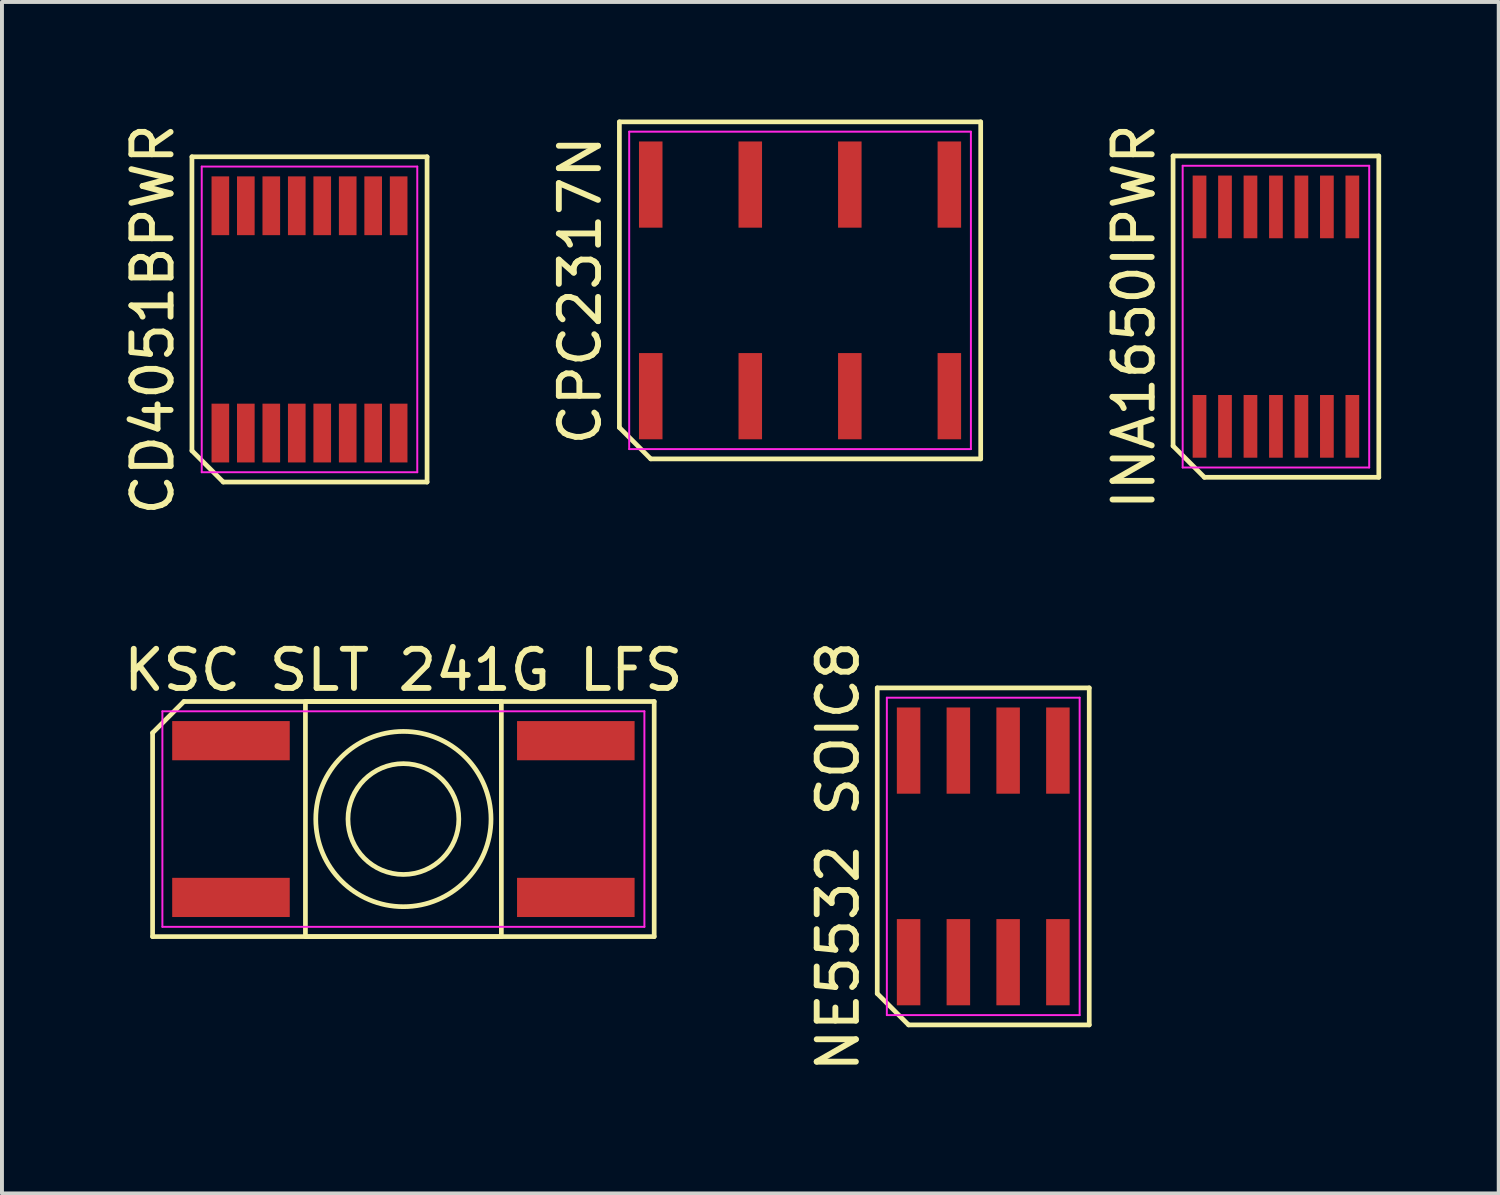
<source format=kicad_pcb>
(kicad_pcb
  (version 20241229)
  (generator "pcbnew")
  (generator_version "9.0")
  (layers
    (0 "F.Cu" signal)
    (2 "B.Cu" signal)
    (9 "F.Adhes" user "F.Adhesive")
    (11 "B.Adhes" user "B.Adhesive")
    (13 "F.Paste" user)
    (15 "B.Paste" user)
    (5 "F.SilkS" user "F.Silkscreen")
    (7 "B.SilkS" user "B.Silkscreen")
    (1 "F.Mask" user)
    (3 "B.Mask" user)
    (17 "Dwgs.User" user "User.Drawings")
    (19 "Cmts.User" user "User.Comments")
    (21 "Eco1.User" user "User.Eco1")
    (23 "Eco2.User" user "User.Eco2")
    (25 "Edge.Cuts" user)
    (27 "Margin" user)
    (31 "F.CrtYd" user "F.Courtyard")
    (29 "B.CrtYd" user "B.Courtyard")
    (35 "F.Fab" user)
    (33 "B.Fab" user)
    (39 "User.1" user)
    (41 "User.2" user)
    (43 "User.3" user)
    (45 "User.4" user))
  (footprint "INA1650IPWR"
    (layer "F.Cu")
    (at 29.51 5.03)
    (property "Reference" "INA1650IPWR" (at -3.625 0 90) (layer "F.SilkS") (effects (font (size 1 1) (thickness 0.15))))
    (attr smd)
    (fp_line (start -2.625 -4.1) (end 2.625 -4.1) (stroke (width 0.12) (type solid)) (layer "F.SilkS"))
    (fp_line (start -2.625 3.3) (end -2.625 -4.1) (stroke (width 0.12) (type solid)) (layer "F.SilkS"))
    (fp_line (start -1.825 4.1) (end -2.625 3.3) (stroke (width 0.12) (type solid)) (layer "F.SilkS"))
    (fp_line (start 2.625 -4.1) (end 2.625 4.1) (stroke (width 0.12) (type solid)) (layer "F.SilkS"))
    (fp_line (start 2.625 4.1) (end -1.825 4.1) (stroke (width 0.12) (type solid)) (layer "F.SilkS"))
    (fp_line (start -2.38 -3.85) (end 2.38 -3.85) (stroke (width 0.05) (type solid)) (layer "F.CrtYd"))
    (fp_line (start -2.38 3.85) (end -2.38 -3.85) (stroke (width 0.05) (type solid)) (layer "F.CrtYd"))
    (fp_line (start 2.38 -3.85) (end 2.38 3.85) (stroke (width 0.05) (type solid)) (layer "F.CrtYd"))
    (fp_line (start 2.38 3.85) (end -2.38 3.85) (stroke (width 0.05) (type solid)) (layer "F.CrtYd"))
    (pad "1" smd rect (at -1.95 2.8) (size 0.35 1.6) (layers "F.Cu" "F.Mask" "F.Paste"))
    (pad "2" smd rect (at -1.3 2.8) (size 0.35 1.6) (layers "F.Cu" "F.Mask" "F.Paste"))
    (pad "3" smd rect (at -0.65 2.8) (size 0.35 1.6) (layers "F.Cu" "F.Mask" "F.Paste"))
    (pad "4" smd rect (at 0 2.8) (size 0.35 1.6) (layers "F.Cu" "F.Mask" "F.Paste"))
    (pad "5" smd rect (at 0.65 2.8) (size 0.35 1.6) (layers "F.Cu" "F.Mask" "F.Paste"))
    (pad "6" smd rect (at 1.3 2.8) (size 0.35 1.6) (layers "F.Cu" "F.Mask" "F.Paste"))
    (pad "7" smd rect (at 1.95 2.8) (size 0.35 1.6) (layers "F.Cu" "F.Mask" "F.Paste"))
    (pad "8" smd rect (at 1.95 -2.8) (size 0.35 1.6) (layers "F.Cu" "F.Mask" "F.Paste"))
    (pad "9" smd rect (at 1.3 -2.8) (size 0.35 1.6) (layers "F.Cu" "F.Mask" "F.Paste"))
    (pad "10" smd rect (at 0.65 -2.8) (size 0.35 1.6) (layers "F.Cu" "F.Mask" "F.Paste"))
    (pad "11" smd rect (at 0 -2.8) (size 0.35 1.6) (layers "F.Cu" "F.Mask" "F.Paste"))
    (pad "12" smd rect (at -0.65 -2.8) (size 0.35 1.6) (layers "F.Cu" "F.Mask" "F.Paste"))
    (pad "13" smd rect (at -1.3 -2.8) (size 0.35 1.6) (layers "F.Cu" "F.Mask" "F.Paste"))
    (pad "14" smd rect (at -1.95 -2.8) (size 0.35 1.6) (layers "F.Cu" "F.Mask" "F.Paste")))
  (footprint "CPC2317N"
    (layer "F.Cu")
    (at 17.366 4.36)
    (property "Reference" "CPC2317N" (at -5.61 0 90) (layer "F.SilkS") (effects (font (size 1 1) (thickness 0.15))))
    (attr smd)
    (fp_line (start -4.61 -4.3) (end 4.61 -4.3) (stroke (width 0.12) (type solid)) (layer "F.SilkS"))
    (fp_line (start -4.61 3.5) (end -4.61 -4.3) (stroke (width 0.12) (type solid)) (layer "F.SilkS"))
    (fp_line (start -3.81 4.3) (end -4.61 3.5) (stroke (width 0.12) (type solid)) (layer "F.SilkS"))
    (fp_line (start 4.61 -4.3) (end 4.61 4.3) (stroke (width 0.12) (type solid)) (layer "F.SilkS"))
    (fp_line (start 4.61 4.3) (end -3.81 4.3) (stroke (width 0.12) (type solid)) (layer "F.SilkS"))
    (fp_line (start -4.36 -4.05) (end 4.36 -4.05) (stroke (width 0.05) (type solid)) (layer "F.CrtYd"))
    (fp_line (start -4.36 4.05) (end -4.36 -4.05) (stroke (width 0.05) (type solid)) (layer "F.CrtYd"))
    (fp_line (start 4.36 -4.05) (end 4.36 4.05) (stroke (width 0.05) (type solid)) (layer "F.CrtYd"))
    (fp_line (start 4.36 4.05) (end -4.36 4.05) (stroke (width 0.05) (type solid)) (layer "F.CrtYd"))
    (pad "1" smd rect (at -3.81 2.7) (size 0.6 2.2) (layers "F.Cu" "F.Mask" "F.Paste"))
    (pad "2" smd rect (at -1.27 2.7) (size 0.6 2.2) (layers "F.Cu" "F.Mask" "F.Paste"))
    (pad "3" smd rect (at 1.27 2.7) (size 0.6 2.2) (layers "F.Cu" "F.Mask" "F.Paste"))
    (pad "4" smd rect (at 3.81 2.7) (size 0.6 2.2) (layers "F.Cu" "F.Mask" "F.Paste"))
    (pad "5" smd rect (at 3.81 -2.7) (size 0.6 2.2) (layers "F.Cu" "F.Mask" "F.Paste"))
    (pad "6" smd rect (at 1.27 -2.7) (size 0.6 2.2) (layers "F.Cu" "F.Mask" "F.Paste"))
    (pad "7" smd rect (at -1.27 -2.7) (size 0.6 2.2) (layers "F.Cu" "F.Mask" "F.Paste"))
    (pad "8" smd rect (at -3.81 -2.7) (size 0.6 2.2) (layers "F.Cu" "F.Mask" "F.Paste")))
  (footprint "NE5532 SOIC8"
    (layer "F.Cu")
    (at 22.041 18.804)
    (property "Reference" "NE5532 SOIC8" (at -3.705 0 90) (layer "F.SilkS") (effects (font (size 1 1) (thickness 0.15))))
    (attr through_hole)
    (fp_line (start -2.705 -4.3) (end 2.705 -4.3) (stroke (width 0.12) (type solid)) (layer "F.SilkS"))
    (fp_line (start -2.705 3.5) (end -2.705 -4.3) (stroke (width 0.12) (type solid)) (layer "F.SilkS"))
    (fp_line (start -1.905 4.3) (end -2.705 3.5) (stroke (width 0.12) (type solid)) (layer "F.SilkS"))
    (fp_line (start 2.705 -4.3) (end 2.705 4.3) (stroke (width 0.12) (type solid)) (layer "F.SilkS"))
    (fp_line (start 2.705 4.3) (end -1.905 4.3) (stroke (width 0.12) (type solid)) (layer "F.SilkS"))
    (fp_line (start -2.46 -4.05) (end 2.46 -4.05) (stroke (width 0.05) (type solid)) (layer "F.CrtYd"))
    (fp_line (start -2.46 4.05) (end -2.46 -4.05) (stroke (width 0.05) (type solid)) (layer "F.CrtYd"))
    (fp_line (start 2.46 -4.05) (end 2.46 4.05) (stroke (width 0.05) (type solid)) (layer "F.CrtYd"))
    (fp_line (start 2.46 4.05) (end -2.46 4.05) (stroke (width 0.05) (type solid)) (layer "F.CrtYd"))
    (pad "1" smd rect (at -1.905 2.7) (size 0.6 2.2) (layers "F.Cu" "F.Mask" "F.Paste"))
    (pad "2" smd rect (at -0.635 2.7) (size 0.6 2.2) (layers "F.Cu" "F.Mask" "F.Paste"))
    (pad "3" smd rect (at 0.635 2.7) (size 0.6 2.2) (layers "F.Cu" "F.Mask" "F.Paste"))
    (pad "4" smd rect (at 1.905 2.7) (size 0.6 2.2) (layers "F.Cu" "F.Mask" "F.Paste"))
    (pad "5" smd rect (at 1.905 -2.7) (size 0.6 2.2) (layers "F.Cu" "F.Mask" "F.Paste"))
    (pad "6" smd rect (at 0.635 -2.7) (size 0.6 2.2) (layers "F.Cu" "F.Mask" "F.Paste"))
    (pad "7" smd rect (at -0.635 -2.7) (size 0.6 2.2) (layers "F.Cu" "F.Mask" "F.Paste"))
    (pad "8" smd rect (at -1.905 -2.7) (size 0.6 2.2) (layers "F.Cu" "F.Mask" "F.Paste")))
  (footprint "CD4051BPWR"
    (layer "F.Cu")
    (at 4.848 5.101)
    (property "Reference" "CD4051BPWR" (at -4 0 90) (layer "F.SilkS") (effects (font (size 1 1) (thickness 0.15))))
    (attr smd)
    (fp_line (start -3 -4.15) (end 3 -4.15) (stroke (width 0.12) (type solid)) (layer "F.SilkS"))
    (fp_line (start -3 3.35) (end -3 -4.15) (stroke (width 0.12) (type solid)) (layer "F.SilkS"))
    (fp_line (start -2.2 4.15) (end -3 3.35) (stroke (width 0.12) (type solid)) (layer "F.SilkS"))
    (fp_line (start 3 -4.15) (end 3 4.15) (stroke (width 0.12) (type solid)) (layer "F.SilkS"))
    (fp_line (start 3 4.15) (end -2.2 4.15) (stroke (width 0.12) (type solid)) (layer "F.SilkS"))
    (fp_line (start -2.75 -3.9) (end 2.75 -3.9) (stroke (width 0.05) (type solid)) (layer "F.CrtYd"))
    (fp_line (start -2.75 3.9) (end -2.75 -3.9) (stroke (width 0.05) (type solid)) (layer "F.CrtYd"))
    (fp_line (start 2.75 -3.9) (end 2.75 3.9) (stroke (width 0.05) (type solid)) (layer "F.CrtYd"))
    (fp_line (start 2.75 3.9) (end -2.75 3.9) (stroke (width 0.05) (type solid)) (layer "F.CrtYd"))
    (pad "1" smd rect (at -2.275 2.9) (size 0.45 1.5) (layers "F.Cu" "F.Mask" "F.Paste"))
    (pad "2" smd rect (at -1.625 2.9) (size 0.45 1.5) (layers "F.Cu" "F.Mask" "F.Paste"))
    (pad "3" smd rect (at -0.975 2.9) (size 0.45 1.5) (layers "F.Cu" "F.Mask" "F.Paste"))
    (pad "4" smd rect (at -0.325 2.9) (size 0.45 1.5) (layers "F.Cu" "F.Mask" "F.Paste"))
    (pad "5" smd rect (at 0.325 2.9) (size 0.45 1.5) (layers "F.Cu" "F.Mask" "F.Paste"))
    (pad "6" smd rect (at 0.975 2.9) (size 0.45 1.5) (layers "F.Cu" "F.Mask" "F.Paste"))
    (pad "7" smd rect (at 1.625 2.9) (size 0.45 1.5) (layers "F.Cu" "F.Mask" "F.Paste"))
    (pad "8" smd rect (at 2.275 2.9) (size 0.45 1.5) (layers "F.Cu" "F.Mask" "F.Paste"))
    (pad "9" smd rect (at 2.275 -2.9) (size 0.45 1.5) (layers "F.Cu" "F.Mask" "F.Paste"))
    (pad "10" smd rect (at 1.625 -2.9) (size 0.45 1.5) (layers "F.Cu" "F.Mask" "F.Paste"))
    (pad "11" smd rect (at 0.975 -2.9) (size 0.45 1.5) (layers "F.Cu" "F.Mask" "F.Paste"))
    (pad "12" smd rect (at 0.325 -2.9) (size 0.45 1.5) (layers "F.Cu" "F.Mask" "F.Paste"))
    (pad "13" smd rect (at -0.325 -2.9) (size 0.45 1.5) (layers "F.Cu" "F.Mask" "F.Paste"))
    (pad "14" smd rect (at -0.975 -2.9) (size 0.45 1.5) (layers "F.Cu" "F.Mask" "F.Paste"))
    (pad "15" smd rect (at -1.625 -2.9) (size 0.45 1.5) (layers "F.Cu" "F.Mask" "F.Paste"))
    (pad "16" smd rect (at -2.275 -2.9) (size 0.45 1.5) (layers "F.Cu" "F.Mask" "F.Paste")))
  (footprint "KSC SLT 241G LFS"
    (layer "F.Cu")
    (at 7.244 17.851)
    (property "Reference" "KSC SLT 241G LFS" (at 0 -3.8 0) (layer "F.SilkS") (effects (font (size 1 1) (thickness 0.15))))
    (attr through_hole)
    (fp_line (start -6.4 -2.2) (end -5.6 -3) (stroke (width 0.12) (type solid)) (layer "F.SilkS"))
    (fp_line (start -6.4 3) (end -6.4 -2.2) (stroke (width 0.12) (type solid)) (layer "F.SilkS"))
    (fp_line (start -5.6 -3) (end 6.4 -3) (stroke (width 0.12) (type solid)) (layer "F.SilkS"))
    (fp_line (start 6.4 -3) (end 6.4 3) (stroke (width 0.12) (type solid)) (layer "F.SilkS"))
    (fp_line (start 6.4 3) (end -6.4 3) (stroke (width 0.12) (type solid)) (layer "F.SilkS"))
    (fp_rect (start 2.5 -3) (end -2.5 3) (stroke (width 0.12) (type solid)) (fill no) (layer "F.SilkS"))
    (fp_circle (center 0 0) (end 1 1) (stroke (width 0.12) (type solid)) (fill no) (layer "F.SilkS"))
    (fp_circle (center 0 0) (end 1 2) (stroke (width 0.12) (type solid)) (fill no) (layer "F.SilkS"))
    (fp_line (start -6.15 -2.75) (end 6.15 -2.75) (stroke (width 0.05) (type solid)) (layer "F.CrtYd"))
    (fp_line (start -6.15 2.75) (end -6.15 -2.75) (stroke (width 0.05) (type solid)) (layer "F.CrtYd"))
    (fp_line (start 6.15 -2.75) (end 6.15 2.75) (stroke (width 0.05) (type solid)) (layer "F.CrtYd"))
    (fp_line (start 6.15 2.75) (end -6.15 2.75) (stroke (width 0.05) (type solid)) (layer "F.CrtYd"))
    (pad "1" smd rect (at -4.4 2 270) (size 1 3) (layers "F.Cu" "F.Mask" "F.Paste"))
    (pad "2" smd rect (at 4.4 2 270) (size 1 3) (layers "F.Cu" "F.Mask" "F.Paste"))
    (pad "3" smd rect (at 4.4 -2 270) (size 1 3) (layers "F.Cu" "F.Mask" "F.Paste"))
    (pad "4" smd rect (at -4.4 -2 270) (size 1 3) (layers "F.Cu" "F.Mask" "F.Paste")))
  (gr_rect
    (start -3 -3)
    (end 35.195 27.405)
    (stroke (width 0.1) (type default))
    (fill no)
    (layer "Edge.Cuts")))
</source>
